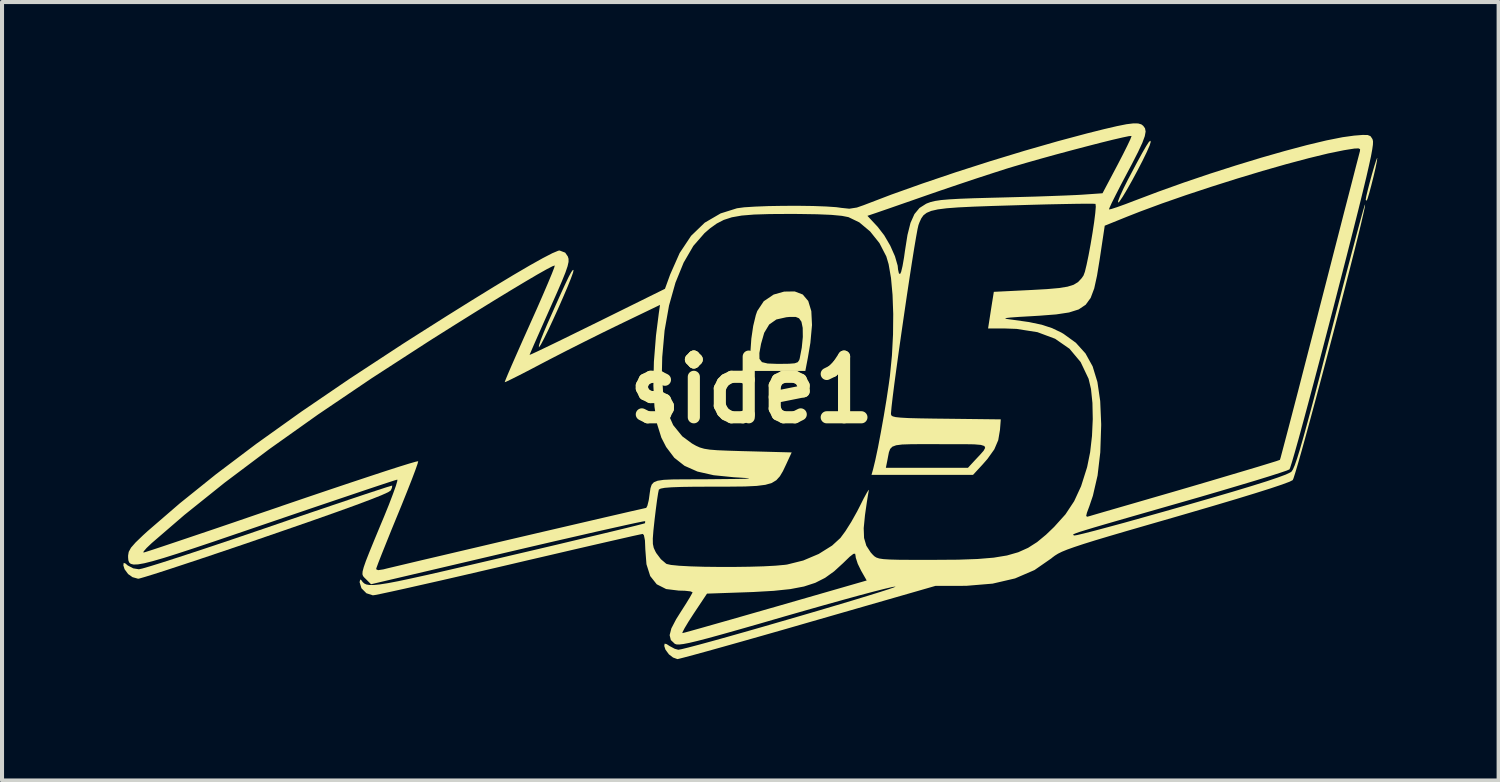
<source format=kicad_pcb>
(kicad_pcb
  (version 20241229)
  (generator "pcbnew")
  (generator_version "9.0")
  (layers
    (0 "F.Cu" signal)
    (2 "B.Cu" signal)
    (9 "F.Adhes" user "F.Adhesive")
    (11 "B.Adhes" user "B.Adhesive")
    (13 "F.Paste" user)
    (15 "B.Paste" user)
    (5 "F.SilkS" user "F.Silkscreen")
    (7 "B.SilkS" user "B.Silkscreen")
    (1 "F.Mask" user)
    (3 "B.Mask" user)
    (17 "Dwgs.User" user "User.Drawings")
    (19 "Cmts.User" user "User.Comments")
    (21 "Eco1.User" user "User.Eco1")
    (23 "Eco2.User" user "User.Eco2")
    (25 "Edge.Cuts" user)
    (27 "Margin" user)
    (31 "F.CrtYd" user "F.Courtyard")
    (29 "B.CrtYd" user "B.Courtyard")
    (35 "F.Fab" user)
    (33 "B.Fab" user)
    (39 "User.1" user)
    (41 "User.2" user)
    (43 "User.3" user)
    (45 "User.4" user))
  (footprint "side1"
    (layer "F.Cu")
    (at 15.532 6.588)
    (property "Reference" "side1" (at 0 0 0) (layer "F.SilkS") (effects (font (size 1.5 1.5) (thickness 0.3))))
    (attr board_only exclude_from_pos_files exclude_from_bom)
    (fp_poly (pts (xy 15.468 -5.732) (xy 15.457 -5.645) (xy 15.424 -5.483) (xy 15.376 -5.277) (xy 15.322 -5.062) (xy 15.27 -4.868) (xy 15.228 -4.728) (xy 15.206 -4.676) (xy 15.183 -4.693) (xy 15.183 -4.705) (xy 15.197 -4.79) (xy 15.233 -4.94) (xy 15.282 -5.131) (xy 15.337 -5.332) (xy 15.391 -5.518) (xy 15.436 -5.661) (xy 15.463 -5.732)) (stroke (width 0) (type solid)) (fill yes) (layer "F.SilkS"))
    (fp_poly (pts (xy 9.867 -6.131) (xy 9.84 -6.041) (xy 9.768 -5.877) (xy 9.664 -5.663) (xy 9.539 -5.422) (xy 9.408 -5.178) (xy 9.281 -4.953) (xy 9.172 -4.771) (xy 9.093 -4.655) (xy 9.063 -4.627) (xy 9.06 -4.665) (xy 9.106 -4.787) (xy 9.192 -4.975) (xy 9.31 -5.21) (xy 9.324 -5.235) (xy 9.513 -5.593) (xy 9.656 -5.855) (xy 9.757 -6.03) (xy 9.822 -6.129) (xy 9.857 -6.159)) (stroke (width 0) (type solid)) (fill yes) (layer "F.SilkS"))
    (fp_poly (pts (xy -4.403 -2.963) (xy -4.414 -2.901) (xy -4.467 -2.755) (xy -4.551 -2.545) (xy -4.659 -2.293) (xy -4.779 -2.019) (xy -4.904 -1.744) (xy -5.023 -1.489) (xy -5.128 -1.275) (xy -5.208 -1.123) (xy -5.255 -1.053) (xy -5.26 -1.051) (xy -5.257 -1.101) (xy -5.213 -1.235) (xy -5.135 -1.432) (xy -5.046 -1.64) (xy -4.858 -2.062) (xy -4.712 -2.388) (xy -4.601 -2.629) (xy -4.521 -2.796) (xy -4.465 -2.9) (xy -4.43 -2.953) (xy -4.408 -2.966)) (stroke (width 0) (type solid)) (fill yes) (layer "F.SilkS"))
    (fp_poly (pts (xy -8.893 2.425) (xy -8.922 2.488) (xy -8.987 2.531) (xy -9.153 2.606) (xy -9.42 2.712) (xy -9.79 2.851) (xy -10.266 3.023) (xy -10.849 3.229) (xy -11.541 3.469) (xy -12.008 3.63) (xy -12.579 3.826) (xy -13.12 4.009) (xy -13.62 4.177) (xy -14.069 4.326) (xy -14.455 4.453) (xy -14.769 4.554) (xy -14.999 4.625) (xy -15.135 4.664) (xy -15.167 4.67) (xy -15.306 4.631) (xy -15.415 4.554) (xy -15.502 4.435) (xy -15.532 4.341) (xy -15.524 4.277) (xy -15.479 4.294) (xy -15.425 4.341) (xy -15.288 4.413) (xy -15.148 4.436) (xy -15.062 4.417) (xy -14.876 4.363) (xy -14.601 4.278) (xy -14.248 4.164) (xy -13.828 4.027) (xy -13.351 3.869) (xy -12.828 3.693) (xy -12.269 3.503) (xy -11.941 3.391) (xy -11.373 3.196) (xy -10.838 3.014) (xy -10.348 2.848) (xy -9.912 2.701) (xy -9.539 2.576) (xy -9.241 2.478) (xy -9.027 2.408) (xy -8.907 2.372) (xy -8.885 2.367)) (stroke (width 0) (type solid)) (fill yes) (layer "F.SilkS"))
    (fp_poly (pts (xy 1.264 -2.357) (xy 1.4 -2.196) (xy 1.476 -1.946) (xy 1.493 -1.603) (xy 1.453 -1.164) (xy 1.392 -0.803) (xy 1.328 -0.467) (xy 0.672 -0.467) (xy 0.016 -0.467) (xy -0.019 -0.718) (xy -0.026 -0.91) (xy 0.192 -0.91) (xy 0.194 -0.765) (xy 0.256 -0.685) (xy 0.397 -0.651) (xy 0.634 -0.642) (xy 0.693 -0.642) (xy 0.924 -0.645) (xy 1.065 -0.656) (xy 1.141 -0.684) (xy 1.177 -0.736) (xy 1.189 -0.776) (xy 1.24 -1.043) (xy 1.266 -1.307) (xy 1.263 -1.532) (xy 1.232 -1.683) (xy 1.227 -1.691) (xy 1.172 -1.769) (xy 1.09 -1.803) (xy 0.946 -1.803) (xy 0.859 -1.795) (xy 0.612 -1.74) (xy 0.435 -1.616) (xy 0.311 -1.41) (xy 0.233 -1.137) (xy 0.192 -0.91) (xy -0.026 -0.91) (xy -0.028 -0.963) (xy -0.007 -1.267) (xy 0.039 -1.579) (xy 0.104 -1.848) (xy 0.139 -1.948) (xy 0.3 -2.191) (xy 0.545 -2.356) (xy 0.804 -2.429) (xy 1.065 -2.433)) (stroke (width 0) (type solid)) (fill yes) (layer "F.SilkS"))
    (fp_poly (pts (xy 9.556 -6.586) (xy 9.635 -6.563) (xy 9.681 -6.528) (xy 9.726 -6.466) (xy 9.741 -6.385) (xy 9.72 -6.271) (xy 9.66 -6.108) (xy 9.555 -5.883) (xy 9.4 -5.579) (xy 9.283 -5.359) (xy 9.13 -5.069) (xy 9.001 -4.817) (xy 8.903 -4.621) (xy 8.846 -4.496) (xy 8.835 -4.459) (xy 8.894 -4.471) (xy 9.039 -4.518) (xy 9.247 -4.593) (xy 9.464 -4.676) (xy 10.06 -4.901) (xy 10.686 -5.125) (xy 11.327 -5.342) (xy 11.968 -5.547) (xy 12.591 -5.737) (xy 13.183 -5.906) (xy 13.727 -6.051) (xy 14.208 -6.166) (xy 14.61 -6.246) (xy 14.893 -6.285) (xy 15.105 -6.302) (xy 15.231 -6.3) (xy 15.3 -6.272) (xy 15.342 -6.211) (xy 15.355 -6.183) (xy 15.363 -6.139) (xy 15.36 -6.06) (xy 15.343 -5.941) (xy 15.312 -5.772) (xy 15.263 -5.547) (xy 15.197 -5.258) (xy 15.11 -4.898) (xy 15.002 -4.459) (xy 14.87 -3.935) (xy 14.713 -3.317) (xy 14.528 -2.599) (xy 14.393 -2.073) (xy 14.221 -1.412) (xy 14.057 -0.784) (xy 13.902 -0.197) (xy 13.759 0.339) (xy 13.631 0.815) (xy 13.52 1.221) (xy 13.428 1.548) (xy 13.358 1.787) (xy 13.313 1.929) (xy 13.297 1.966) (xy 13.228 1.996) (xy 13.057 2.054) (xy 12.798 2.137) (xy 12.461 2.241) (xy 12.057 2.362) (xy 11.599 2.498) (xy 11.098 2.645) (xy 10.656 2.772) (xy 10.028 2.952) (xy 9.502 3.103) (xy 9.071 3.227) (xy 8.725 3.327) (xy 8.456 3.406) (xy 8.255 3.467) (xy 8.112 3.511) (xy 8.02 3.543) (xy 7.968 3.565) (xy 7.948 3.579) (xy 7.951 3.589) (xy 7.968 3.597) (xy 7.979 3.601) (xy 8.048 3.59) (xy 8.217 3.55) (xy 8.475 3.484) (xy 8.811 3.394) (xy 9.214 3.285) (xy 9.671 3.157) (xy 10.172 3.016) (xy 10.636 2.884) (xy 11.316 2.688) (xy 11.889 2.52) (xy 12.359 2.378) (xy 12.732 2.261) (xy 13.013 2.166) (xy 13.207 2.094) (xy 13.321 2.04) (xy 13.349 2.02) (xy 13.383 1.967) (xy 13.428 1.863) (xy 13.484 1.701) (xy 13.555 1.472) (xy 13.642 1.171) (xy 13.747 0.789) (xy 13.873 0.32) (xy 14.021 -0.243) (xy 14.193 -0.909) (xy 14.308 -1.357) (xy 14.461 -1.951) (xy 14.606 -2.51) (xy 14.74 -3.023) (xy 14.861 -3.48) (xy 14.965 -3.872) (xy 15.05 -4.188) (xy 15.114 -4.419) (xy 15.154 -4.555) (xy 15.167 -4.588) (xy 15.161 -4.526) (xy 15.126 -4.363) (xy 15.068 -4.111) (xy 14.988 -3.782) (xy 14.89 -3.388) (xy 14.777 -2.942) (xy 14.652 -2.454) (xy 14.519 -1.938) (xy 14.38 -1.404) (xy 14.238 -0.866) (xy 14.098 -0.335) (xy 13.961 0.178) (xy 13.831 0.66) (xy 13.711 1.099) (xy 13.605 1.483) (xy 13.515 1.8) (xy 13.444 2.039) (xy 13.397 2.187) (xy 13.377 2.232) (xy 13.298 2.272) (xy 13.113 2.341) (xy 12.827 2.437) (xy 12.447 2.557) (xy 11.977 2.701) (xy 11.426 2.865) (xy 10.798 3.049) (xy 10.471 3.144) (xy 9.833 3.328) (xy 9.297 3.483) (xy 8.854 3.613) (xy 8.493 3.721) (xy 8.205 3.811) (xy 7.979 3.886) (xy 7.805 3.948) (xy 7.673 4.002) (xy 7.574 4.051) (xy 7.497 4.099) (xy 7.433 4.147) (xy 7.408 4.168) (xy 6.994 4.455) (xy 6.513 4.662) (xy 5.958 4.791) (xy 5.321 4.844) (xy 5.178 4.846) (xy 4.547 4.846) (xy 1.403 5.751) (xy 0.818 5.92) (xy 0.264 6.078) (xy -0.247 6.223) (xy -0.705 6.352) (xy -1.099 6.462) (xy -1.42 6.55) (xy -1.656 6.613) (xy -1.797 6.649) (xy -1.834 6.657) (xy -1.942 6.618) (xy -2.044 6.54) (xy -2.13 6.423) (xy -2.16 6.332) (xy -2.15 6.274) (xy -2.098 6.288) (xy -2.031 6.332) (xy -1.901 6.402) (xy -1.812 6.426) (xy -1.731 6.411) (xy -1.556 6.368) (xy -1.302 6.301) (xy -0.979 6.213) (xy -0.602 6.108) (xy -0.182 5.989) (xy 0.267 5.861) (xy 0.732 5.726) (xy 1.201 5.59) (xy 1.662 5.455) (xy 2.1 5.325) (xy 2.505 5.204) (xy 2.862 5.095) (xy 3.159 5.003) (xy 3.383 4.931) (xy 3.522 4.883) (xy 3.562 4.862) (xy 3.56 4.862) (xy 3.476 4.875) (xy 3.291 4.918) (xy 3.019 4.987) (xy 2.669 5.08) (xy 2.255 5.194) (xy 1.788 5.324) (xy 1.281 5.468) (xy 0.817 5.601) (xy 0.2 5.78) (xy -0.315 5.927) (xy -0.737 6.046) (xy -1.075 6.139) (xy -1.341 6.208) (xy -1.542 6.256) (xy -1.688 6.284) (xy -1.79 6.296) (xy -1.856 6.294) (xy -1.897 6.28) (xy -1.898 6.28) (xy -1.997 6.186) (xy -2.027 6.064) (xy -2.014 6.014) (xy -1.711 6.014) (xy -1.648 5.999) (xy -1.485 5.954) (xy -1.234 5.884) (xy -0.907 5.791) (xy -0.516 5.68) (xy -0.073 5.553) (xy 0.408 5.415) (xy 0.587 5.364) (xy 2.845 4.713) (xy 2.708 4.473) (xy 2.624 4.301) (xy 2.575 4.15) (xy 2.57 4.106) (xy 2.559 4.051) (xy 2.516 4.055) (xy 2.425 4.126) (xy 2.272 4.274) (xy 2.263 4.283) (xy 2.04 4.487) (xy 1.816 4.648) (xy 1.574 4.771) (xy 1.294 4.862) (xy 0.958 4.926) (xy 0.547 4.969) (xy 0.042 4.998) (xy -0.099 5.003) (xy -1.103 5.038) (xy -1.428 5.526) (xy -1.56 5.73) (xy -1.657 5.892) (xy -1.709 5.992) (xy -1.711 6.014) (xy -2.014 6.014) (xy -1.984 5.897) (xy -1.866 5.671) (xy -1.756 5.496) (xy -1.627 5.294) (xy -1.526 5.129) (xy -1.468 5.025) (xy -1.46 5.004) (xy -1.513 4.982) (xy -1.65 4.967) (xy -1.802 4.963) (xy -2.113 4.925) (xy -2.346 4.807) (xy -2.507 4.604) (xy -2.6 4.311) (xy -2.628 3.943) (xy -2.637 3.724) (xy -2.646 3.675) (xy -2.443 3.675) (xy -2.441 3.809) (xy -2.42 3.907) (xy -2.379 3.996) (xy -2.356 4.037) (xy -2.243 4.187) (xy -2.115 4.296) (xy -2.099 4.305) (xy -1.992 4.329) (xy -1.789 4.349) (xy -1.51 4.364) (xy -1.176 4.374) (xy -0.809 4.378) (xy -0.427 4.378) (xy -0.052 4.373) (xy 0.295 4.363) (xy 0.594 4.347) (xy 0.824 4.326) (xy 0.876 4.319) (xy 1.277 4.219) (xy 1.659 4.057) (xy 1.99 3.85) (xy 2.195 3.662) (xy 2.317 3.497) (xy 2.463 3.266) (xy 2.608 3.007) (xy 2.668 2.89) (xy 2.771 2.685) (xy 2.85 2.54) (xy 2.894 2.472) (xy 2.898 2.482) (xy 2.878 2.592) (xy 2.848 2.782) (xy 2.814 3.018) (xy 2.803 3.095) (xy 2.771 3.42) (xy 2.78 3.663) (xy 2.836 3.853) (xy 2.943 4.018) (xy 2.992 4.073) (xy 3.034 4.114) (xy 3.082 4.145) (xy 3.153 4.169) (xy 3.259 4.185) (xy 3.418 4.195) (xy 3.643 4.201) (xy 3.95 4.203) (xy 4.353 4.204) (xy 4.521 4.203) (xy 5.103 4.199) (xy 5.585 4.182) (xy 5.983 4.149) (xy 6.313 4.095) (xy 6.592 4.015) (xy 6.835 3.906) (xy 7.059 3.763) (xy 7.279 3.581) (xy 7.478 3.39) (xy 7.759 3.078) (xy 7.974 2.753) (xy 8.145 2.383) (xy 8.288 1.932) (xy 8.297 1.898) (xy 8.369 1.543) (xy 8.415 1.141) (xy 8.434 0.724) (xy 8.426 0.325) (xy 8.39 -0.023) (xy 8.331 -0.273) (xy 8.134 -0.687) (xy 7.859 -1.016) (xy 7.503 -1.263) (xy 7.066 -1.426) (xy 6.547 -1.507) (xy 6.266 -1.517) (xy 5.846 -1.518) (xy 5.88 -1.737) (xy 5.884 -1.763) (xy 6.268 -1.763) (xy 6.326 -1.75) (xy 6.452 -1.733) (xy 6.856 -1.676) (xy 7.172 -1.61) (xy 7.428 -1.526) (xy 7.654 -1.418) (xy 7.712 -1.384) (xy 8.016 -1.164) (xy 8.254 -0.9) (xy 8.43 -0.582) (xy 8.549 -0.194) (xy 8.618 0.276) (xy 8.642 0.841) (xy 8.642 0.884) (xy 8.62 1.545) (xy 8.553 2.117) (xy 8.437 2.619) (xy 8.35 2.876) (xy 8.289 3.04) (xy 8.271 3.119) (xy 8.297 3.137) (xy 8.361 3.12) (xy 8.455 3.092) (xy 8.64 3.038) (xy 8.895 2.964) (xy 9.199 2.876) (xy 9.452 2.803) (xy 9.93 2.664) (xy 10.417 2.523) (xy 10.899 2.382) (xy 11.364 2.245) (xy 11.798 2.116) (xy 12.189 2) (xy 12.524 1.9) (xy 12.788 1.819) (xy 12.97 1.763) (xy 13.056 1.733) (xy 13.061 1.731) (xy 13.079 1.673) (xy 13.122 1.511) (xy 13.19 1.254) (xy 13.28 0.913) (xy 13.389 0.495) (xy 13.515 0.012) (xy 13.654 -0.529) (xy 13.806 -1.117) (xy 13.968 -1.744) (xy 14.046 -2.049) (xy 14.212 -2.693) (xy 14.369 -3.305) (xy 14.516 -3.875) (xy 14.649 -4.394) (xy 14.768 -4.852) (xy 14.868 -5.24) (xy 14.947 -5.548) (xy 15.004 -5.766) (xy 15.035 -5.885) (xy 15.04 -5.904) (xy 15.043 -5.95) (xy 15.004 -5.97) (xy 14.9 -5.965) (xy 14.71 -5.935) (xy 14.643 -5.924) (xy 14.251 -5.844) (xy 13.771 -5.727) (xy 13.222 -5.581) (xy 12.624 -5.41) (xy 11.997 -5.221) (xy 11.362 -5.02) (xy 10.738 -4.814) (xy 10.146 -4.608) (xy 9.605 -4.408) (xy 9.284 -4.282) (xy 8.73 -4.058) (xy 8.605 -3.225) (xy 8.539 -2.821) (xy 8.47 -2.507) (xy 8.382 -2.273) (xy 8.259 -2.104) (xy 8.086 -1.988) (xy 7.848 -1.913) (xy 7.531 -1.865) (xy 7.118 -1.833) (xy 6.919 -1.821) (xy 6.605 -1.803) (xy 6.398 -1.788) (xy 6.288 -1.775) (xy 6.268 -1.763) (xy 5.884 -1.763) (xy 5.913 -1.951) (xy 5.948 -2.174) (xy 5.951 -2.19) (xy 5.988 -2.423) (xy 6.92 -2.469) (xy 7.309 -2.491) (xy 7.6 -2.517) (xy 7.811 -2.551) (xy 7.961 -2.598) (xy 8.07 -2.664) (xy 8.155 -2.755) (xy 8.204 -2.824) (xy 8.239 -2.918) (xy 8.282 -3.095) (xy 8.331 -3.331) (xy 8.381 -3.601) (xy 8.428 -3.881) (xy 8.468 -4.146) (xy 8.496 -4.37) (xy 8.509 -4.528) (xy 8.502 -4.597) (xy 8.44 -4.601) (xy 8.274 -4.602) (xy 8.02 -4.599) (xy 7.69 -4.593) (xy 7.298 -4.585) (xy 6.858 -4.573) (xy 6.521 -4.563) (xy 5.95 -4.546) (xy 5.485 -4.529) (xy 5.113 -4.511) (xy 4.822 -4.489) (xy 4.603 -4.461) (xy 4.441 -4.424) (xy 4.327 -4.376) (xy 4.248 -4.315) (xy 4.194 -4.238) (xy 4.151 -4.144) (xy 4.125 -4.074) (xy 4.102 -3.975) (xy 4.066 -3.776) (xy 4.018 -3.493) (xy 3.962 -3.142) (xy 3.9 -2.74) (xy 3.834 -2.302) (xy 3.767 -1.844) (xy 3.7 -1.382) (xy 3.636 -0.932) (xy 3.578 -0.511) (xy 3.527 -0.134) (xy 3.487 0.183) (xy 3.459 0.424) (xy 3.446 0.573) (xy 3.445 0.597) (xy 3.453 0.63) (xy 3.487 0.655) (xy 3.561 0.674) (xy 3.687 0.687) (xy 3.881 0.698) (xy 4.156 0.705) (xy 4.525 0.711) (xy 4.803 0.714) (xy 6.16 0.73) (xy 6.14 0.991) (xy 6.097 1.244) (xy 6 1.471) (xy 5.83 1.709) (xy 5.71 1.846) (xy 5.474 2.102) (xy 4.219 2.102) (xy 2.964 2.102) (xy 3.001 1.971) (xy 3.012 1.927) (xy 3.319 1.927) (xy 4.334 1.927) (xy 5.349 1.927) (xy 5.524 1.737) (xy 5.648 1.605) (xy 5.735 1.506) (xy 5.774 1.435) (xy 5.755 1.389) (xy 5.667 1.361) (xy 5.5 1.347) (xy 5.242 1.343) (xy 4.884 1.343) (xy 4.653 1.343) (xy 4.247 1.342) (xy 3.942 1.344) (xy 3.723 1.351) (xy 3.574 1.37) (xy 3.48 1.405) (xy 3.426 1.46) (xy 3.395 1.541) (xy 3.373 1.652) (xy 3.357 1.737) (xy 3.319 1.927) (xy 3.012 1.927) (xy 3.057 1.741) (xy 3.124 1.425) (xy 3.195 1.051) (xy 3.267 0.648) (xy 3.334 0.245) (xy 3.39 -0.129) (xy 3.419 -0.339) (xy 3.469 -0.848) (xy 3.496 -1.367) (xy 3.501 -1.874) (xy 3.484 -2.347) (xy 3.446 -2.765) (xy 3.387 -3.107) (xy 3.33 -3.299) (xy 3.16 -3.628) (xy 2.93 -3.916) (xy 2.663 -4.14) (xy 2.394 -4.27) (xy 2.23 -4.302) (xy 2.863 -4.302) (xy 3.116 -4.031) (xy 3.278 -3.821) (xy 3.427 -3.566) (xy 3.544 -3.302) (xy 3.611 -3.069) (xy 3.62 -2.976) (xy 3.641 -2.882) (xy 3.669 -2.861) (xy 3.696 -2.915) (xy 3.731 -3.06) (xy 3.768 -3.272) (xy 3.79 -3.43) (xy 3.853 -3.829) (xy 3.928 -4.128) (xy 4.025 -4.345) (xy 4.15 -4.496) (xy 4.312 -4.599) (xy 4.333 -4.609) (xy 4.425 -4.643) (xy 4.537 -4.67) (xy 4.684 -4.692) (xy 4.882 -4.709) (xy 5.145 -4.724) (xy 5.488 -4.737) (xy 5.927 -4.749) (xy 6.131 -4.754) (xy 6.577 -4.766) (xy 7.012 -4.778) (xy 7.415 -4.792) (xy 7.764 -4.805) (xy 8.035 -4.817) (xy 8.177 -4.825) (xy 8.675 -4.86) (xy 9.044 -5.557) (xy 9.177 -5.814) (xy 9.286 -6.032) (xy 9.361 -6.19) (xy 9.392 -6.271) (xy 9.391 -6.277) (xy 9.328 -6.272) (xy 9.169 -6.239) (xy 8.931 -6.184) (xy 8.632 -6.11) (xy 8.287 -6.021) (xy 7.914 -5.923) (xy 7.53 -5.82) (xy 7.151 -5.715) (xy 6.795 -5.614) (xy 6.478 -5.521) (xy 6.306 -5.469) (xy 5.964 -5.359) (xy 5.55 -5.224) (xy 5.102 -5.074) (xy 4.659 -4.924) (xy 4.35 -4.817) (xy 3.998 -4.694) (xy 3.673 -4.581) (xy 3.395 -4.484) (xy 3.183 -4.411) (xy 3.059 -4.368) (xy 3.052 -4.366) (xy 2.863 -4.302) (xy 2.23 -4.302) (xy 2.228 -4.302) (xy 1.972 -4.326) (xy 1.618 -4.341) (xy 1.159 -4.348) (xy 0.934 -4.349) (xy 0.449 -4.346) (xy 0.062 -4.334) (xy -0.244 -4.309) (xy -0.489 -4.266) (xy -0.689 -4.201) (xy -0.863 -4.111) (xy -1.03 -3.991) (xy -1.165 -3.874) (xy -1.44 -3.559) (xy -1.681 -3.145) (xy -1.883 -2.649) (xy -2.042 -2.084) (xy -2.152 -1.465) (xy -2.21 -0.808) (xy -2.218 -0.448) (xy -2.188 0.082) (xy -2.096 0.519) (xy -1.939 0.872) (xy -1.714 1.149) (xy -1.476 1.325) (xy -1.374 1.383) (xy -1.28 1.425) (xy -1.173 1.456) (xy -1.035 1.478) (xy -0.845 1.493) (xy -0.583 1.504) (xy -0.23 1.515) (xy -0.103 1.518) (xy 0.99 1.547) (xy 0.853 1.844) (xy 0.774 2.01) (xy 0.698 2.138) (xy 0.611 2.234) (xy 0.497 2.303) (xy 0.34 2.348) (xy 0.126 2.375) (xy -0.162 2.389) (xy -0.538 2.393) (xy -0.936 2.394) (xy -1.384 2.395) (xy -1.727 2.4) (xy -1.977 2.409) (xy -2.147 2.422) (xy -2.247 2.441) (xy -2.291 2.465) (xy -2.294 2.47) (xy -2.312 2.557) (xy -2.339 2.732) (xy -2.37 2.97) (xy -2.397 3.193) (xy -2.428 3.479) (xy -2.443 3.675) (xy -2.646 3.675) (xy -2.663 3.593) (xy -2.691 3.562) (xy -2.758 3.575) (xy -2.929 3.612) (xy -3.192 3.672) (xy -3.538 3.751) (xy -3.956 3.847) (xy -4.437 3.958) (xy -4.968 4.082) (xy -5.541 4.215) (xy -5.992 4.321) (xy -6.592 4.461) (xy -7.16 4.593) (xy -7.686 4.714) (xy -8.16 4.821) (xy -8.571 4.914) (xy -8.907 4.988) (xy -9.159 5.042) (xy -9.316 5.073) (xy -9.364 5.08) (xy -9.523 5.029) (xy -9.646 4.905) (xy -9.692 4.754) (xy -9.676 4.688) (xy -9.648 4.706) (xy -9.616 4.751) (xy -9.577 4.787) (xy -9.524 4.812) (xy -9.448 4.825) (xy -9.339 4.825) (xy -9.19 4.81) (xy -8.991 4.779) (xy -8.734 4.73) (xy -8.41 4.661) (xy -8.01 4.573) (xy -7.526 4.462) (xy -6.948 4.328) (xy -6.268 4.169) (xy -6.014 4.109) (xy -5.408 3.967) (xy -4.835 3.832) (xy -4.307 3.706) (xy -3.834 3.593) (xy -3.425 3.495) (xy -3.091 3.414) (xy -2.841 3.352) (xy -2.686 3.312) (xy -2.635 3.297) (xy -2.632 3.246) (xy -2.692 3.255) (xy -2.855 3.288) (xy -3.112 3.344) (xy -3.453 3.42) (xy -3.868 3.513) (xy -4.346 3.623) (xy -4.879 3.745) (xy -5.455 3.879) (xy -6.033 4.014) (xy -9.409 4.806) (xy -9.534 4.681) (xy -9.576 4.64) (xy -9.607 4.603) (xy -9.622 4.557) (xy -9.617 4.487) (xy -9.589 4.382) (xy -9.535 4.227) (xy -9.449 4.009) (xy -9.329 3.715) (xy -9.17 3.332) (xy -9.089 3.139) (xy -8.967 2.838) (xy -8.868 2.578) (xy -8.796 2.377) (xy -8.759 2.252) (xy -8.759 2.219) (xy -8.822 2.237) (xy -8.986 2.29) (xy -9.24 2.374) (xy -9.575 2.486) (xy -9.98 2.623) (xy -10.446 2.78) (xy -10.963 2.955) (xy -11.52 3.145) (xy -11.981 3.302) (xy -12.681 3.541) (xy -13.279 3.745) (xy -13.783 3.914) (xy -14.201 4.051) (xy -14.54 4.158) (xy -14.81 4.236) (xy -15.017 4.288) (xy -15.171 4.315) (xy -15.279 4.319) (xy -15.349 4.302) (xy -15.39 4.266) (xy -15.409 4.213) (xy -15.415 4.144) (xy -15.415 4.096) (xy -15.403 4.024) (xy -15.036 4.024) (xy -14.971 4.005) (xy -14.806 3.952) (xy -14.55 3.867) (xy -14.213 3.754) (xy -13.804 3.616) (xy -13.333 3.457) (xy -12.81 3.279) (xy -12.245 3.085) (xy -11.646 2.881) (xy -11.62 2.871) (xy -11.022 2.667) (xy -10.457 2.476) (xy -9.936 2.301) (xy -9.466 2.145) (xy -9.06 2.011) (xy -8.724 1.903) (xy -8.47 1.824) (xy -8.306 1.777) (xy -8.243 1.764) (xy -8.243 1.765) (xy -8.259 1.829) (xy -8.314 1.986) (xy -8.402 2.219) (xy -8.518 2.514) (xy -8.655 2.855) (xy -8.754 3.096) (xy -8.903 3.459) (xy -9.035 3.787) (xy -9.146 4.064) (xy -9.228 4.274) (xy -9.275 4.402) (xy -9.284 4.434) (xy -9.235 4.458) (xy -9.107 4.439) (xy -9.094 4.436) (xy -9.003 4.413) (xy -8.809 4.367) (xy -8.523 4.299) (xy -8.157 4.212) (xy -7.721 4.11) (xy -7.228 3.994) (xy -6.687 3.867) (xy -6.11 3.731) (xy -5.772 3.652) (xy -5.186 3.515) (xy -4.635 3.387) (xy -4.128 3.269) (xy -3.677 3.164) (xy -3.291 3.075) (xy -2.981 3.003) (xy -2.758 2.953) (xy -2.632 2.924) (xy -2.607 2.92) (xy -2.578 2.868) (xy -2.546 2.741) (xy -2.539 2.701) (xy -2.518 2.547) (xy -2.5 2.43) (xy -2.471 2.344) (xy -2.417 2.285) (xy -2.323 2.247) (xy -2.175 2.225) (xy -1.959 2.215) (xy -1.66 2.212) (xy -1.264 2.211) (xy -1.094 2.21) (xy -0.678 2.206) (xy -0.374 2.203) (xy -0.174 2.199) (xy -0.074 2.194) (xy -0.068 2.187) (xy -0.149 2.179) (xy -0.313 2.168) (xy -0.438 2.161) (xy -0.937 2.111) (xy -1.339 2.02) (xy -1.659 1.878) (xy -1.912 1.679) (xy -2.113 1.413) (xy -2.231 1.183) (xy -2.336 0.848) (xy -2.402 0.416) (xy -2.429 -0.101) (xy -2.416 -0.693) (xy -2.364 -1.345) (xy -2.296 -1.882) (xy -2.265 -2.1) (xy -3.278 -1.612) (xy -3.682 -1.415) (xy -4.13 -1.192) (xy -4.582 -0.964) (xy -4.994 -0.752) (xy -5.191 -0.649) (xy -5.484 -0.495) (xy -5.738 -0.364) (xy -5.938 -0.264) (xy -6.065 -0.203) (xy -6.105 -0.189) (xy -6.085 -0.244) (xy -6.024 -0.392) (xy -5.927 -0.617) (xy -5.799 -0.908) (xy -5.648 -1.249) (xy -5.479 -1.626) (xy -5.479 -1.627) (xy -5.31 -2.004) (xy -5.16 -2.347) (xy -5.035 -2.639) (xy -4.94 -2.867) (xy -4.882 -3.017) (xy -4.866 -3.075) (xy -4.924 -3.055) (xy -5.072 -2.978) (xy -5.301 -2.849) (xy -5.6 -2.673) (xy -5.962 -2.456) (xy -6.377 -2.203) (xy -6.837 -1.919) (xy -7.332 -1.61) (xy -7.853 -1.282) (xy -7.97 -1.208) (xy -9.396 -0.285) (xy -10.715 0.607) (xy -11.926 1.467) (xy -13.028 2.295) (xy -14.021 3.091) (xy -14.831 3.789) (xy -14.959 3.911) (xy -15.032 3.996) (xy -15.036 4.024) (xy -15.403 4.024) (xy -15.399 4.004) (xy -15.343 3.902) (xy -15.23 3.773) (xy -15.047 3.597) (xy -14.933 3.493) (xy -14.136 2.805) (xy -13.24 2.085) (xy -12.242 1.332) (xy -11.14 0.545) (xy -9.933 -0.278) (xy -8.619 -1.139) (xy -8.233 -1.385) (xy -7.546 -1.82) (xy -6.923 -2.209) (xy -6.369 -2.55) (xy -5.888 -2.84) (xy -5.485 -3.076) (xy -5.163 -3.256) (xy -4.927 -3.378) (xy -4.782 -3.439) (xy -4.748 -3.445) (xy -4.609 -3.392) (xy -4.544 -3.298) (xy -4.526 -3.239) (xy -4.526 -3.163) (xy -4.55 -3.056) (xy -4.603 -2.901) (xy -4.69 -2.686) (xy -4.816 -2.394) (xy -4.983 -2.018) (xy -5.132 -1.682) (xy -5.264 -1.383) (xy -5.372 -1.139) (xy -5.448 -0.963) (xy -5.486 -0.873) (xy -5.489 -0.864) (xy -5.439 -0.884) (xy -5.296 -0.95) (xy -5.074 -1.056) (xy -4.784 -1.196) (xy -4.439 -1.365) (xy -4.052 -1.555) (xy -3.815 -1.671) (xy -2.142 -2.498) (xy -2.013 -2.854) (xy -1.779 -3.383) (xy -1.496 -3.808) (xy -1.159 -4.133) (xy -0.766 -4.362) (xy -0.362 -4.489) (xy -0.184 -4.513) (xy 0.084 -4.53) (xy 0.416 -4.543) (xy 0.784 -4.549) (xy 1.163 -4.55) (xy 1.525 -4.545) (xy 1.845 -4.533) (xy 2.095 -4.516) (xy 2.216 -4.499) (xy 2.415 -4.478) (xy 2.602 -4.507) (xy 2.771 -4.566) (xy 3.454 -4.827) (xy 4.223 -5.101) (xy 5.048 -5.38) (xy 5.9 -5.653) (xy 6.751 -5.912) (xy 7.57 -6.147) (xy 8.288 -6.339) (xy 8.707 -6.444) (xy 9.029 -6.519) (xy 9.268 -6.567) (xy 9.439 -6.588)) (stroke (width 0) (type solid)) (fill yes) (layer "F.SilkS")))
  (gr_rect
    (start -3 -3)
    (end 34 16.245)
    (stroke (width 0.1) (type default))
    (fill no)
    (layer "Edge.Cuts")))
</source>
